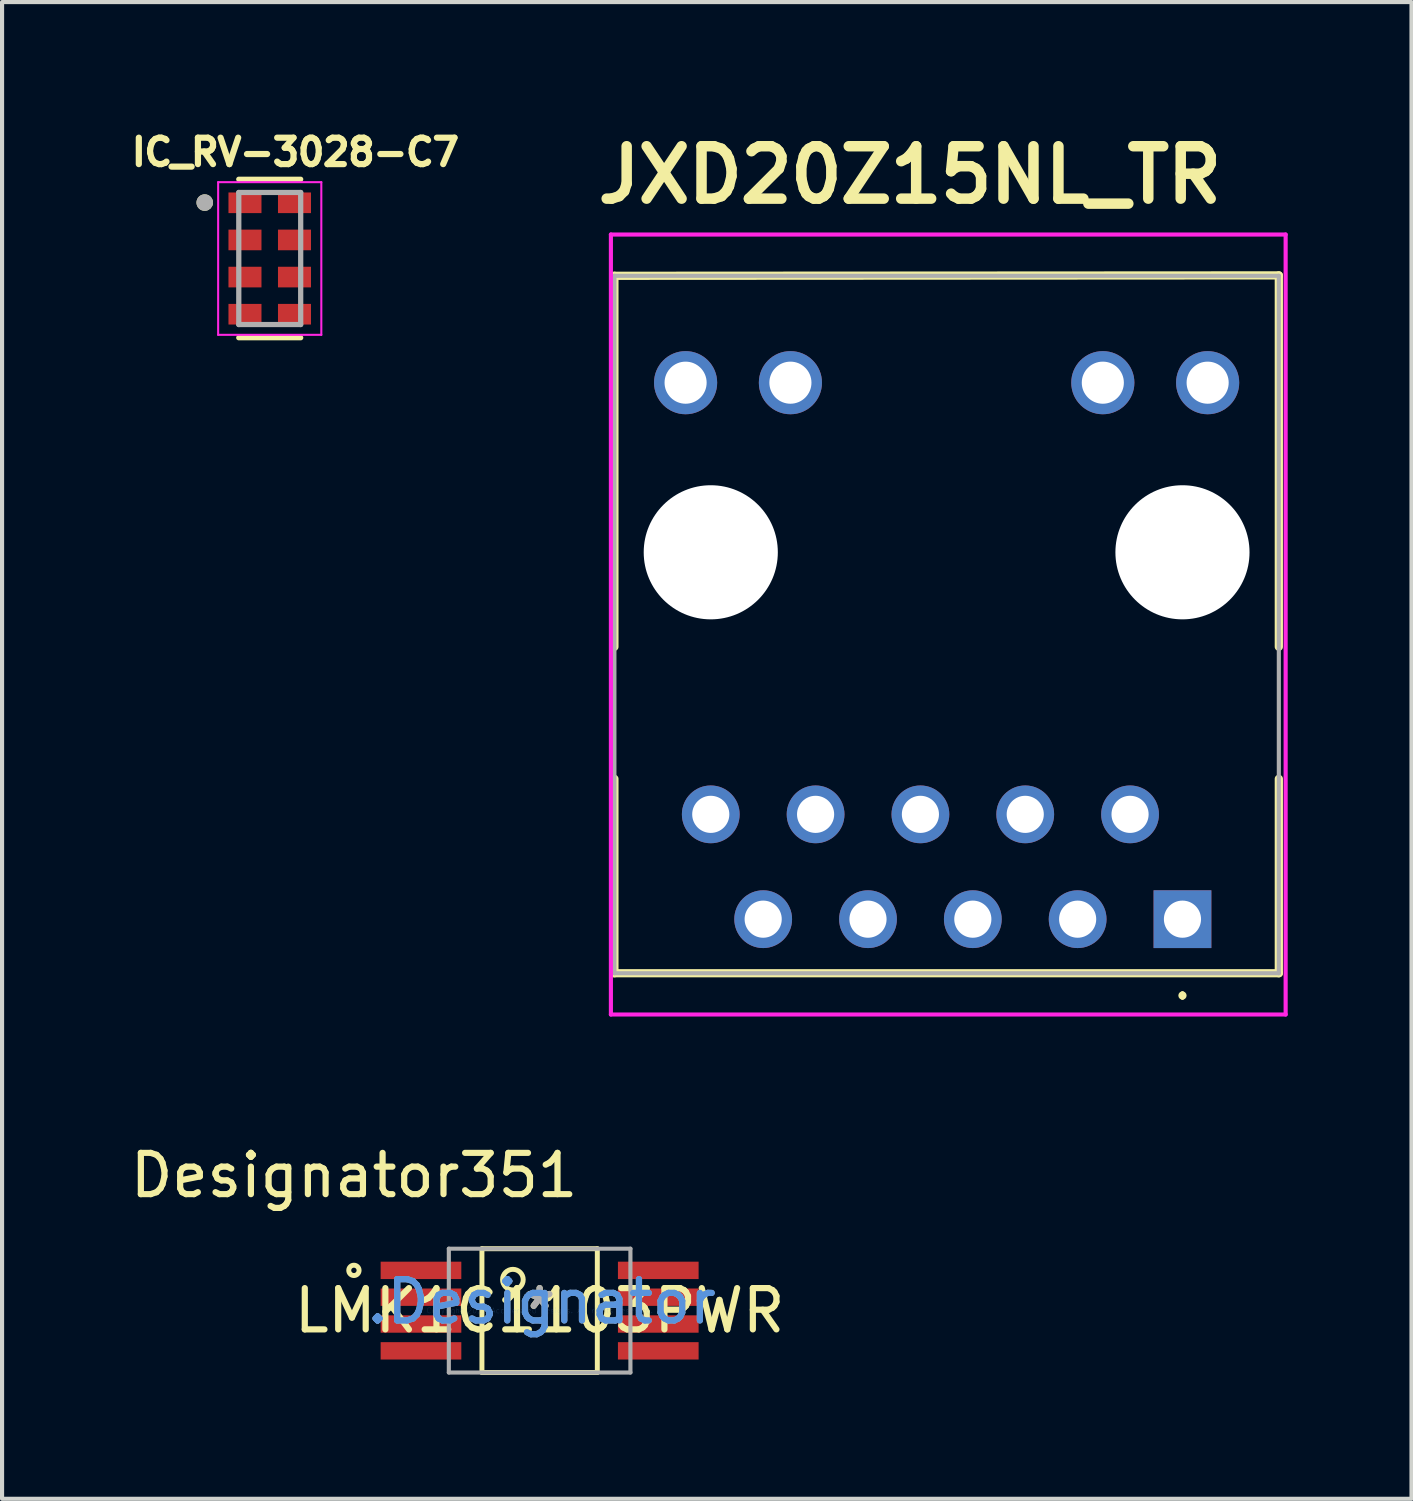
<source format=kicad_pcb>
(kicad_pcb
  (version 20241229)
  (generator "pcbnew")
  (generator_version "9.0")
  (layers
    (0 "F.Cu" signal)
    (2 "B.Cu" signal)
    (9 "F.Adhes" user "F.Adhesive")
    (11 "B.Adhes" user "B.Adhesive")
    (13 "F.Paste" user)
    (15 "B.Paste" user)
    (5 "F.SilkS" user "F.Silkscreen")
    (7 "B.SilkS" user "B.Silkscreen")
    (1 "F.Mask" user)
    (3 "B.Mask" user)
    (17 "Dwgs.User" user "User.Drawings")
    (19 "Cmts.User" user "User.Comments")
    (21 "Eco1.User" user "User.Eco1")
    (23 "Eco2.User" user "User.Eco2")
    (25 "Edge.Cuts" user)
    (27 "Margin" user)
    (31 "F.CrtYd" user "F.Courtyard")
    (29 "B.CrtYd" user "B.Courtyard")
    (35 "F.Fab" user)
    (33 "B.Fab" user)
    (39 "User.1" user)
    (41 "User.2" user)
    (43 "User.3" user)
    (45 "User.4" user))
  (footprint "IC_RV-3028-C7"
    (layer "F.Cu")
    (at 3.486 3.214)
    (property "Reference" "IC_RV-3028-C7" (at 0.622 -2.576 0) (layer "F.SilkS") (effects (font (size 0.64 0.64) (thickness 0.15))))
    (attr smd)
    (fp_line (start -0.75 -1.92) (end 0.75 -1.92) (stroke (width 0.127) (type solid)) (layer "F.SilkS"))
    (fp_line (start -0.75 1.92) (end 0.75 1.92) (stroke (width 0.127) (type solid)) (layer "F.SilkS"))
    (fp_circle (center -1.575 -1.355) (end -1.475 -1.355) (stroke (width 0.2) (type solid)) (fill no) (layer "F.SilkS"))
    (fp_line (start -1.25 -1.85) (end -1.25 1.85) (stroke (width 0.05) (type solid)) (layer "F.CrtYd"))
    (fp_line (start -1.25 1.85) (end 1.25 1.85) (stroke (width 0.05) (type solid)) (layer "F.CrtYd"))
    (fp_line (start 1.25 -1.85) (end -1.25 -1.85) (stroke (width 0.05) (type solid)) (layer "F.CrtYd"))
    (fp_line (start 1.25 1.85) (end 1.25 -1.85) (stroke (width 0.05) (type solid)) (layer "F.CrtYd"))
    (fp_line (start -0.75 -1.6) (end -0.75 1.6) (stroke (width 0.127) (type solid)) (layer "F.Fab"))
    (fp_line (start -0.75 1.6) (end 0.75 1.6) (stroke (width 0.127) (type solid)) (layer "F.Fab"))
    (fp_line (start 0.75 -1.6) (end -0.75 -1.6) (stroke (width 0.127) (type solid)) (layer "F.Fab"))
    (fp_line (start 0.75 1.6) (end 0.75 -1.6) (stroke (width 0.127) (type solid)) (layer "F.Fab"))
    (fp_circle (center -1.575 -1.355) (end -1.475 -1.355) (stroke (width 0.2) (type solid)) (fill no) (layer "F.Fab"))
    (pad "1" smd rect (at -0.6 -1.35) (size 0.8 0.5) (layers "F.Cu" "F.Mask" "F.Paste"))
    (pad "2" smd rect (at -0.6 -0.45) (size 0.8 0.5) (layers "F.Cu" "F.Mask" "F.Paste"))
    (pad "3" smd rect (at -0.6 0.45) (size 0.8 0.5) (layers "F.Cu" "F.Mask" "F.Paste"))
    (pad "4" smd rect (at -0.6 1.35) (size 0.8 0.5) (layers "F.Cu" "F.Mask" "F.Paste"))
    (pad "5" smd rect (at 0.6 1.35) (size 0.8 0.5) (layers "F.Cu" "F.Mask" "F.Paste"))
    (pad "6" smd rect (at 0.6 0.45) (size 0.8 0.5) (layers "F.Cu" "F.Mask" "F.Paste"))
    (pad "7" smd rect (at 0.6 -0.45) (size 0.8 0.5) (layers "F.Cu" "F.Mask" "F.Paste"))
    (pad "8" smd rect (at 0.6 -1.35) (size 0.8 0.5) (layers "F.Cu" "F.Mask" "F.Paste")))
  (footprint "LMK1C1103PWR"
    (layer "F.Cu")
    (at 10.026 28.708)
    (property "Reference" "LMK1C1103PWR" (at 0 0 0) (layer "F.SilkS") (effects (font (size 1 1) (thickness 0.15))))
    (attr through_hole)
    (fp_line (start -1.398 -1.5) (end 1.398 -1.5) (stroke (width 0.12) (type solid)) (layer "F.SilkS"))
    (fp_line (start -1.398 1.5) (end -1.398 -1.5) (stroke (width 0.12) (type solid)) (layer "F.SilkS"))
    (fp_line (start -1.398 1.5) (end 1.398 1.5) (stroke (width 0.12) (type solid)) (layer "F.SilkS"))
    (fp_line (start 1.398 1.5) (end 1.398 -1.5) (stroke (width 0.12) (type solid)) (layer "F.SilkS"))
    (fp_circle (center -4.5 -0.975) (end -4.375 -0.975) (stroke (width 0.12) (type solid)) (fill no) (layer "F.SilkS"))
    (fp_circle (center -0.648 -0.75) (end -0.398 -0.75) (stroke (width 0.12) (type solid)) (fill no) (layer "F.SilkS"))
    (fp_line (start -2.2 -1.5) (end 2.2 -1.5) (stroke (width 0.1) (type solid)) (layer "F.Fab"))
    (fp_line (start -2.2 1.5) (end -2.2 -1.5) (stroke (width 0.1) (type solid)) (layer "F.Fab"))
    (fp_line (start -2.2 1.5) (end 2.2 1.5) (stroke (width 0.1) (type solid)) (layer "F.Fab"))
    (fp_line (start 2.2 1.5) (end 2.2 -1.5) (stroke (width 0.1) (type solid)) (layer "F.Fab"))
    (fp_text user "*" (at 0 0 0) (layer "F.SilkS") (effects (font (size 1 1) (thickness 0.15))))
    (fp_text user "Designator351" (at -4.496 -3.277 0) (layer "F.SilkS") (effects (font (size 1 1) (thickness 0.15))))
    (fp_text user ".Designator" (at 0.05 -0.217 0) (layer "Cmts.User") (effects (font (size 1 1) (thickness 0.15))))
    (fp_text user "Copyright 2021 Accelerated Designs. All rights reserved." (at 0 0 0) (layer "Cmts.User") (effects (font (size 0.127 0.127) (thickness 0.002))))
    (fp_text user "*" (at 0 0 0) (layer "F.Fab") (effects (font (size 1 1) (thickness 0.15))))
    (fp_text user ".Designator" (at 0.05 -0.217 0) (layer "F.Fab") (effects (font (size 1 1) (thickness 0.15))))
    (pad "1" smd rect (at -2.875 -0.975) (size 1.955 0.421) (layers "F.Cu" "F.Mask" "F.Paste"))
    (pad "2" smd rect (at -2.875 -0.325) (size 1.955 0.421) (layers "F.Cu" "F.Mask" "F.Paste"))
    (pad "3" smd rect (at -2.875 0.325) (size 1.955 0.421) (layers "F.Cu" "F.Mask" "F.Paste"))
    (pad "4" smd rect (at -2.875 0.975) (size 1.955 0.421) (layers "F.Cu" "F.Mask" "F.Paste"))
    (pad "5" smd rect (at 2.875 0.975) (size 1.955 0.421) (layers "F.Cu" "F.Mask" "F.Paste"))
    (pad "6" smd rect (at 2.875 0.325) (size 1.955 0.421) (layers "F.Cu" "F.Mask" "F.Paste"))
    (pad "7" smd rect (at 2.875 -0.325) (size 1.955 0.421) (layers "F.Cu" "F.Mask" "F.Paste"))
    (pad "8" smd rect (at 2.875 -0.975) (size 1.955 0.421) (layers "F.Cu" "F.Mask" "F.Paste")))
  (footprint "JXD20Z15NL_TR"
    (layer "F.Cu")
    (at 25.603 19.223)
    (property "Reference" "JXD20Z15NL_TR" (at -6.604 -18.034 180) (layer "F.SilkS") (effects (font (size 1.27 1.27) (thickness 0.254))))
    (attr through_hole)
    (fp_line (start -13.765 -15.59) (end 2.335 -15.6) (stroke (width 0.2) (type solid)) (layer "F.SilkS"))
    (fp_line (start -13.765 -6.6) (end -13.765 -15.59) (stroke (width 0.2) (type solid)) (layer "F.SilkS"))
    (fp_line (start -13.765 1.31) (end -13.765 -3.4) (stroke (width 0.2) (type solid)) (layer "F.SilkS"))
    (fp_line (start 0 1.8) (end 0 1.8) (stroke (width 0.1) (type solid)) (layer "F.SilkS"))
    (fp_line (start 0 1.9) (end 0 1.9) (stroke (width 0.1) (type solid)) (layer "F.SilkS"))
    (fp_line (start 2.335 -15.6) (end 2.335 -6.6) (stroke (width 0.2) (type solid)) (layer "F.SilkS"))
    (fp_line (start 2.335 -3.4) (end 2.335 1.31) (stroke (width 0.2) (type solid)) (layer "F.SilkS"))
    (fp_line (start 2.335 1.31) (end -13.765 1.31) (stroke (width 0.2) (type solid)) (layer "F.SilkS"))
    (fp_arc (start 0 1.8) (mid 0.05 1.85) (end 0 1.9) (stroke (width 0.1) (type solid)) (layer "F.SilkS"))
    (fp_arc (start 0 1.9) (mid -0.05 1.85) (end 0 1.8) (stroke (width 0.1) (type solid)) (layer "F.SilkS"))
    (fp_line (start -13.85 -16.59) (end 2.5 -16.59) (stroke (width 0.1) (type solid)) (layer "F.CrtYd"))
    (fp_line (start -13.85 2.31) (end -13.85 -16.59) (stroke (width 0.1) (type solid)) (layer "F.CrtYd"))
    (fp_line (start 2.5 -16.59) (end 2.5 2.31) (stroke (width 0.1) (type solid)) (layer "F.CrtYd"))
    (fp_line (start 2.5 2.31) (end -13.85 2.31) (stroke (width 0.1) (type solid)) (layer "F.CrtYd"))
    (fp_line (start -13.765 -15.59) (end 2.335 -15.59) (stroke (width 0.1) (type solid)) (layer "F.Fab"))
    (fp_line (start -13.765 1.31) (end -13.765 -15.59) (stroke (width 0.1) (type solid)) (layer "F.Fab"))
    (fp_line (start 2.335 -15.59) (end 2.335 1.31) (stroke (width 0.1) (type solid)) (layer "F.Fab"))
    (fp_line (start 2.335 1.31) (end -13.765 1.31) (stroke (width 0.1) (type solid)) (layer "F.Fab"))
    (pad "" np_thru_hole circle (at -11.43 -8.89) (size 3.25 3.25) (drill 3.25) (layers "*.Cu" "*.Mask"))
    (pad "" np_thru_hole circle (at 0 -8.89) (size 3.25 3.25) (drill 3.25) (layers "*.Cu" "*.Mask"))
    (pad "1" thru_hole rect (at 0 0) (size 1.4 1.4) (drill 0.9) (layers "*.Cu" "*.Mask"))
    (pad "2" thru_hole circle (at -1.27 -2.54) (size 1.4 1.4) (drill 0.9) (layers "*.Cu" "*.Mask"))
    (pad "3" thru_hole circle (at -2.54 0) (size 1.4 1.4) (drill 0.9) (layers "*.Cu" "*.Mask"))
    (pad "4" thru_hole circle (at -3.81 -2.54) (size 1.4 1.4) (drill 0.9) (layers "*.Cu" "*.Mask"))
    (pad "5" thru_hole circle (at -5.08 0) (size 1.4 1.4) (drill 0.9) (layers "*.Cu" "*.Mask"))
    (pad "6" thru_hole circle (at -6.35 -2.54) (size 1.4 1.4) (drill 0.9) (layers "*.Cu" "*.Mask"))
    (pad "7" thru_hole circle (at -7.62 0) (size 1.4 1.4) (drill 0.9) (layers "*.Cu" "*.Mask"))
    (pad "8" thru_hole circle (at -8.89 -2.54) (size 1.4 1.4) (drill 0.9) (layers "*.Cu" "*.Mask"))
    (pad "9" thru_hole circle (at -10.16 0) (size 1.4 1.4) (drill 0.9) (layers "*.Cu" "*.Mask"))
    (pad "10" thru_hole circle (at -11.43 -2.54) (size 1.4 1.4) (drill 0.9) (layers "*.Cu" "*.Mask"))
    (pad "11" thru_hole circle (at 0.61 -13) (size 1.53 1.53) (drill 1.02) (layers "*.Cu" "*.Mask"))
    (pad "12" thru_hole circle (at -1.93 -13) (size 1.53 1.53) (drill 1.02) (layers "*.Cu" "*.Mask"))
    (pad "13" thru_hole circle (at -9.5 -13) (size 1.53 1.53) (drill 1.02) (layers "*.Cu" "*.Mask"))
    (pad "14" thru_hole circle (at -12.04 -13) (size 1.53 1.53) (drill 1.02) (layers "*.Cu" "*.Mask")))
  (gr_rect
    (start -3 -3)
    (end 31.153 33.268)
    (stroke (width 0.1) (type default))
    (fill no)
    (layer "Edge.Cuts")))
</source>
